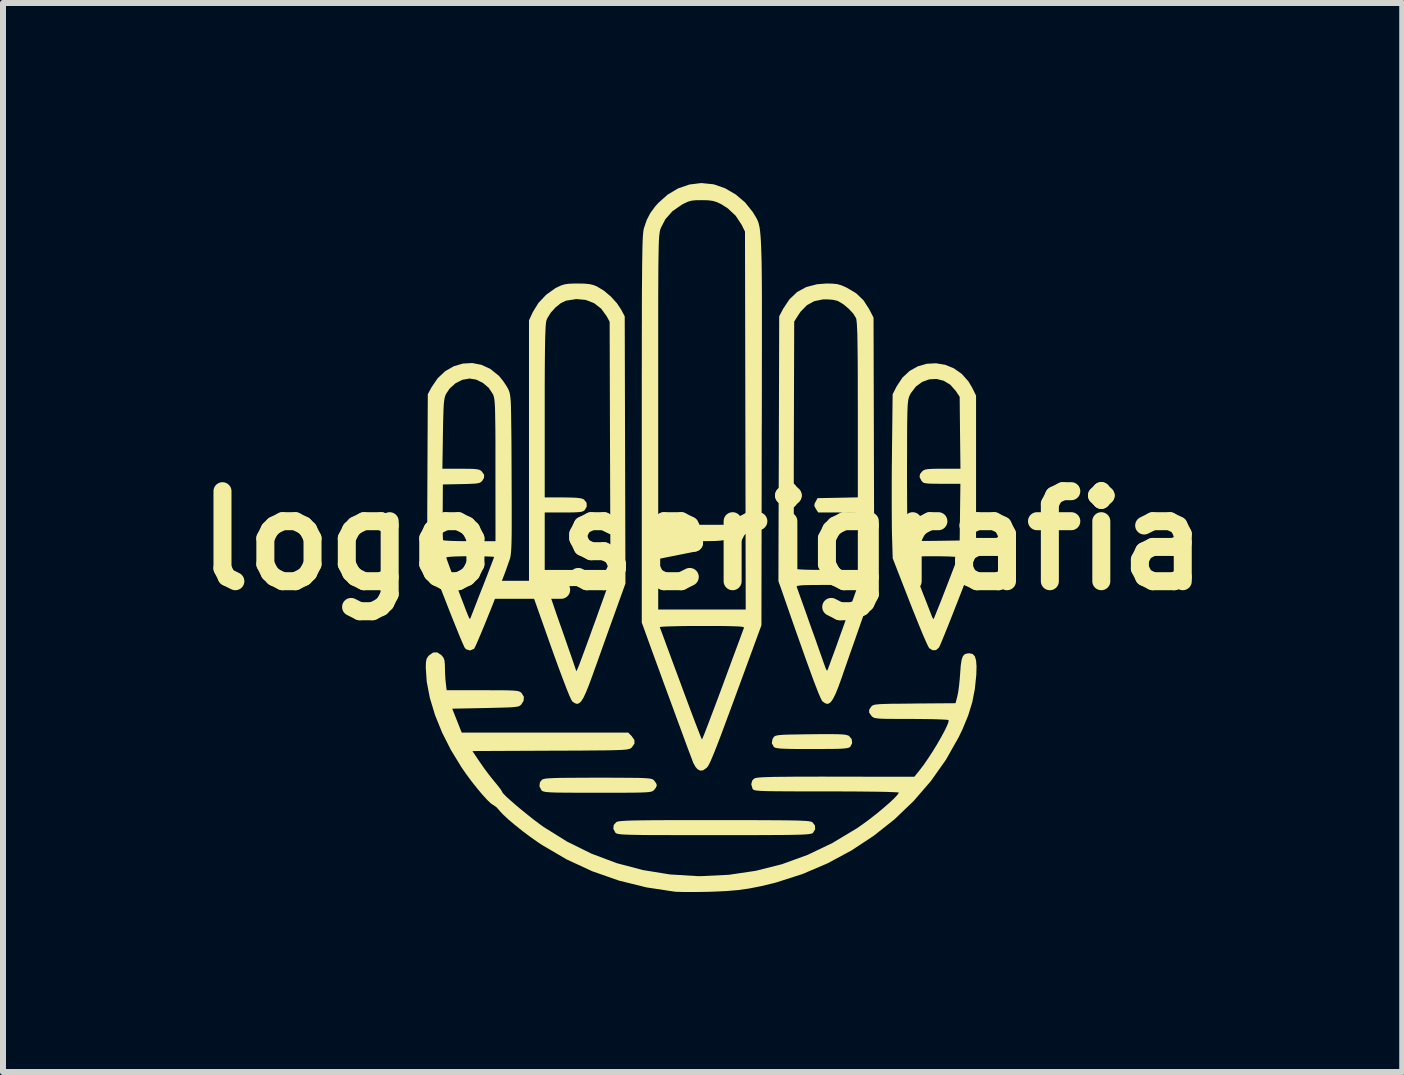
<source format=kicad_pcb>
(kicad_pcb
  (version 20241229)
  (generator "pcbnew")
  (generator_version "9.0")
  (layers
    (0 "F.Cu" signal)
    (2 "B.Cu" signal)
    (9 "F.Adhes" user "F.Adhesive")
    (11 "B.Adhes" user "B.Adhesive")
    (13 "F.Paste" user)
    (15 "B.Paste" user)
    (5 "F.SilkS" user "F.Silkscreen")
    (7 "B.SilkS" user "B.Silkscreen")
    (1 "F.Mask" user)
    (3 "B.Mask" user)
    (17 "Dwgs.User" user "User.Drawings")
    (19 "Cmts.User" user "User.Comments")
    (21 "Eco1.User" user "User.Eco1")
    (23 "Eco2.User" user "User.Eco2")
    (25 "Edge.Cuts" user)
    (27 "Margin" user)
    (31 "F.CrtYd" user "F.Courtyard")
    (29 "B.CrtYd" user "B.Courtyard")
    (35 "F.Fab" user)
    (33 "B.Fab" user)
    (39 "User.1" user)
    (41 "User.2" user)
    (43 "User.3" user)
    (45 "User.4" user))
  (footprint "logo_serigrafia"
    (layer "F.Cu")
    (at 8.657 5.956)
    (property "Reference" "logo_serigrafia" (at 0 0 0) (layer "F.SilkS") (effects (font (size 1.5 1.5) (thickness 0.3))))
    (attr board_only exclude_from_pos_files exclude_from_bom)
    (fp_poly (pts (xy 2.234 3.227) (xy 2.313 3.23) (xy 2.369 3.235) (xy 2.407 3.243) (xy 2.433 3.253) (xy 2.44 3.257) (xy 2.484 3.31) (xy 2.492 3.375) (xy 2.461 3.436) (xy 2.459 3.438) (xy 2.442 3.449) (xy 2.414 3.458) (xy 2.37 3.464) (xy 2.303 3.469) (xy 2.209 3.472) (xy 2.082 3.473) (xy 1.917 3.474) (xy 1.822 3.474) (xy 1.638 3.474) (xy 1.493 3.473) (xy 1.384 3.47) (xy 1.305 3.467) (xy 1.25 3.461) (xy 1.214 3.454) (xy 1.193 3.444) (xy 1.186 3.438) (xy 1.153 3.378) (xy 1.164 3.31) (xy 1.183 3.279) (xy 1.195 3.265) (xy 1.214 3.255) (xy 1.244 3.247) (xy 1.291 3.241) (xy 1.361 3.236) (xy 1.459 3.233) (xy 1.591 3.231) (xy 1.762 3.228) (xy 1.8 3.228) (xy 1.983 3.226) (xy 2.126 3.226)) (stroke (width 0) (type solid)) (fill yes) (layer "F.SilkS"))
    (fp_poly (pts (xy -1.521 3.952) (xy -1.337 3.953) (xy -1.19 3.954) (xy -1.075 3.955) (xy -0.987 3.958) (xy -0.924 3.962) (xy -0.879 3.967) (xy -0.849 3.973) (xy -0.829 3.982) (xy -0.814 3.992) (xy -0.809 3.998) (xy -0.775 4.043) (xy -0.763 4.078) (xy -0.778 4.118) (xy -0.809 4.157) (xy -0.822 4.169) (xy -0.838 4.178) (xy -0.863 4.186) (xy -0.901 4.192) (xy -0.955 4.196) (xy -1.031 4.199) (xy -1.133 4.201) (xy -1.265 4.202) (xy -1.431 4.203) (xy -1.637 4.203) (xy -1.751 4.203) (xy -1.977 4.203) (xy -2.162 4.202) (xy -2.31 4.201) (xy -2.426 4.2) (xy -2.514 4.197) (xy -2.578 4.193) (xy -2.622 4.188) (xy -2.652 4.181) (xy -2.671 4.173) (xy -2.683 4.163) (xy -2.685 4.161) (xy -2.719 4.096) (xy -2.711 4.03) (xy -2.681 3.99) (xy -2.666 3.98) (xy -2.644 3.973) (xy -2.608 3.966) (xy -2.556 3.962) (xy -2.482 3.958) (xy -2.383 3.955) (xy -2.254 3.954) (xy -2.091 3.953) (xy -1.889 3.952) (xy -1.747 3.952)) (stroke (width 0) (type solid)) (fill yes) (layer "F.SilkS"))
    (fp_poly (pts (xy 0.504 4.659) (xy 0.773 4.659) (xy 1.002 4.66) (xy 1.195 4.661) (xy 1.355 4.662) (xy 1.485 4.664) (xy 1.589 4.666) (xy 1.669 4.67) (xy 1.73 4.673) (xy 1.773 4.678) (xy 1.803 4.683) (xy 1.821 4.69) (xy 1.829 4.694) (xy 1.871 4.747) (xy 1.875 4.811) (xy 1.84 4.87) (xy 1.838 4.871) (xy 1.827 4.879) (xy 1.809 4.885) (xy 1.78 4.89) (xy 1.739 4.895) (xy 1.681 4.899) (xy 1.603 4.902) (xy 1.503 4.904) (xy 1.376 4.906) (xy 1.221 4.907) (xy 1.033 4.908) (xy 0.809 4.909) (xy 0.547 4.909) (xy 0.243 4.909) (xy 0.19 4.909) (xy -0.12 4.909) (xy -0.387 4.909) (xy -0.616 4.908) (xy -0.808 4.908) (xy -0.967 4.907) (xy -1.097 4.905) (xy -1.201 4.903) (xy -1.281 4.9) (xy -1.342 4.897) (xy -1.385 4.892) (xy -1.415 4.887) (xy -1.435 4.881) (xy -1.447 4.874) (xy -1.454 4.867) (xy -1.488 4.803) (xy -1.481 4.74) (xy -1.441 4.694) (xy -1.428 4.687) (xy -1.405 4.681) (xy -1.37 4.676) (xy -1.32 4.672) (xy -1.252 4.668) (xy -1.162 4.665) (xy -1.048 4.663) (xy -0.906 4.661) (xy -0.733 4.66) (xy -0.525 4.659) (xy -0.281 4.659) (xy 0.004 4.659) (xy 0.194 4.659)) (stroke (width 0) (type solid)) (fill yes) (layer "F.SilkS"))
    (fp_poly (pts (xy -1.969 -4.28) (xy -1.884 -4.272) (xy -1.817 -4.256) (xy -1.761 -4.233) (xy -1.646 -4.164) (xy -1.53 -4.066) (xy -1.428 -3.954) (xy -1.359 -3.85) (xy -1.298 -3.736) (xy -1.292 -1.51) (xy -1.286 0.717) (xy -1.489 1.281) (xy -1.554 1.461) (xy -1.623 1.654) (xy -1.692 1.847) (xy -1.756 2.027) (xy -1.812 2.182) (xy -1.834 2.244) (xy -1.894 2.407) (xy -1.944 2.531) (xy -1.986 2.62) (xy -2.023 2.679) (xy -2.058 2.711) (xy -2.092 2.722) (xy -2.096 2.722) (xy -2.134 2.708) (xy -2.171 2.682) (xy -2.19 2.65) (xy -2.224 2.575) (xy -2.27 2.461) (xy -2.329 2.307) (xy -2.4 2.117) (xy -2.482 1.891) (xy -2.555 1.686) (xy -2.875 0.781) (xy -2.586 0.781) (xy -2.578 0.806) (xy -2.558 0.868) (xy -2.525 0.963) (xy -2.483 1.085) (xy -2.434 1.229) (xy -2.378 1.389) (xy -2.346 1.478) (xy -2.288 1.645) (xy -2.235 1.798) (xy -2.188 1.931) (xy -2.151 2.04) (xy -2.124 2.119) (xy -2.109 2.164) (xy -2.107 2.171) (xy -2.105 2.178) (xy -2.098 2.168) (xy -2.084 2.137) (xy -2.061 2.083) (xy -2.03 2) (xy -1.988 1.887) (xy -1.933 1.738) (xy -1.865 1.551) (xy -1.844 1.492) (xy -1.783 1.325) (xy -1.728 1.171) (xy -1.679 1.036) (xy -1.639 0.924) (xy -1.61 0.842) (xy -1.593 0.795) (xy -1.59 0.786) (xy -1.592 0.775) (xy -1.608 0.766) (xy -1.643 0.761) (xy -1.702 0.757) (xy -1.791 0.756) (xy -1.915 0.756) (xy -2.079 0.758) (xy -2.083 0.758) (xy -2.229 0.761) (xy -2.358 0.765) (xy -2.464 0.769) (xy -2.541 0.774) (xy -2.581 0.779) (xy -2.586 0.781) (xy -2.875 0.781) (xy -2.893 0.729) (xy -2.893 -1.469) (xy -2.893 -2.144) (xy -2.631 -2.144) (xy -2.631 -0.718) (xy -2.329 -0.718) (xy -2.196 -0.716) (xy -2.1 -0.712) (xy -2.035 -0.704) (xy -1.993 -0.692) (xy -1.976 -0.682) (xy -1.933 -0.629) (xy -1.931 -0.565) (xy -1.963 -0.509) (xy -1.983 -0.492) (xy -2.013 -0.48) (xy -2.061 -0.473) (xy -2.134 -0.469) (xy -2.241 -0.467) (xy -2.316 -0.467) (xy -2.631 -0.467) (xy -2.631 0.011) (xy -2.631 0.49) (xy -2.084 0.49) (xy -1.536 0.49) (xy -1.543 -1.578) (xy -1.549 -3.645) (xy -1.598 -3.736) (xy -1.691 -3.864) (xy -1.809 -3.955) (xy -1.948 -4.009) (xy -2.105 -4.023) (xy -2.276 -3.996) (xy -2.278 -3.996) (xy -2.364 -3.954) (xy -2.452 -3.883) (xy -2.531 -3.795) (xy -2.588 -3.703) (xy -2.603 -3.665) (xy -2.609 -3.632) (xy -2.615 -3.574) (xy -2.619 -3.491) (xy -2.623 -3.378) (xy -2.626 -3.234) (xy -2.628 -3.056) (xy -2.63 -2.841) (xy -2.631 -2.586) (xy -2.631 -2.29) (xy -2.631 -2.144) (xy -2.893 -2.144) (xy -2.893 -3.668) (xy -2.829 -3.807) (xy -2.735 -3.959) (xy -2.608 -4.094) (xy -2.457 -4.202) (xy -2.426 -4.218) (xy -2.36 -4.249) (xy -2.3 -4.268) (xy -2.232 -4.278) (xy -2.14 -4.282) (xy -2.084 -4.282)) (stroke (width 0) (type solid)) (fill yes) (layer "F.SilkS"))
    (fp_poly (pts (xy 4.041 -2.928) (xy 4.186 -2.869) (xy 4.318 -2.776) (xy 4.43 -2.65) (xy 4.492 -2.545) (xy 4.556 -2.415) (xy 4.556 -1.093) (xy 4.556 0.228) (xy 4.263 0.98) (xy 4.194 1.156) (xy 4.129 1.321) (xy 4.07 1.469) (xy 4.019 1.594) (xy 3.979 1.692) (xy 3.951 1.757) (xy 3.938 1.783) (xy 3.889 1.826) (xy 3.83 1.828) (xy 3.775 1.793) (xy 3.758 1.763) (xy 3.726 1.696) (xy 3.682 1.596) (xy 3.629 1.469) (xy 3.569 1.321) (xy 3.503 1.157) (xy 3.451 1.025) (xy 3.167 0.296) (xy 3.167 0.29) (xy 3.451 0.29) (xy 3.459 0.319) (xy 3.482 0.384) (xy 3.516 0.477) (xy 3.56 0.594) (xy 3.611 0.726) (xy 3.63 0.775) (xy 3.683 0.912) (xy 3.732 1.036) (xy 3.773 1.142) (xy 3.804 1.221) (xy 3.821 1.267) (xy 3.824 1.273) (xy 3.84 1.304) (xy 3.849 1.307) (xy 3.86 1.284) (xy 3.884 1.224) (xy 3.92 1.134) (xy 3.966 1.02) (xy 4.018 0.887) (xy 4.053 0.797) (xy 4.108 0.655) (xy 4.157 0.527) (xy 4.198 0.42) (xy 4.228 0.339) (xy 4.245 0.29) (xy 4.248 0.279) (xy 4.227 0.274) (xy 4.167 0.269) (xy 4.076 0.265) (xy 3.962 0.263) (xy 3.85 0.262) (xy 3.698 0.263) (xy 3.587 0.265) (xy 3.512 0.27) (xy 3.469 0.277) (xy 3.452 0.287) (xy 3.451 0.29) (xy 3.167 0.29) (xy 3.155 -0.103) (xy 3.153 -0.215) (xy 3.152 -0.366) (xy 3.151 -0.546) (xy 3.151 -0.75) (xy 3.151 -0.969) (xy 3.152 -1.171) (xy 3.406 -1.171) (xy 3.406 -0.946) (xy 3.407 -0.735) (xy 3.408 -0.543) (xy 3.41 -0.372) (xy 3.412 -0.229) (xy 3.415 -0.118) (xy 3.418 -0.041) (xy 3.421 -0.006) (xy 3.421 -0.003) (xy 3.448 0.001) (xy 3.513 0.005) (xy 3.608 0.007) (xy 3.727 0.007) (xy 3.86 0.006) (xy 4.283 -0.000001) (xy 4.289 -0.473) (xy 4.295 -0.945) (xy 3.988 -0.945) (xy 3.864 -0.946) (xy 3.778 -0.948) (xy 3.721 -0.953) (xy 3.685 -0.961) (xy 3.663 -0.976) (xy 3.646 -0.996) (xy 3.646 -0.996) (xy 3.615 -1.057) (xy 3.622 -1.107) (xy 3.656 -1.15) (xy 3.679 -1.169) (xy 3.71 -1.182) (xy 3.756 -1.19) (xy 3.826 -1.194) (xy 3.929 -1.196) (xy 3.999 -1.196) (xy 4.296 -1.196) (xy 4.289 -1.796) (xy 4.283 -2.395) (xy 4.219 -2.491) (xy 4.126 -2.596) (xy 4.017 -2.662) (xy 3.897 -2.692) (xy 3.775 -2.685) (xy 3.659 -2.643) (xy 3.554 -2.566) (xy 3.469 -2.455) (xy 3.449 -2.415) (xy 3.439 -2.392) (xy 3.431 -2.365) (xy 3.425 -2.33) (xy 3.419 -2.283) (xy 3.415 -2.22) (xy 3.412 -2.137) (xy 3.41 -2.031) (xy 3.408 -1.896) (xy 3.407 -1.729) (xy 3.407 -1.527) (xy 3.406 -1.285) (xy 3.406 -1.171) (xy 3.152 -1.171) (xy 3.152 -1.195) (xy 3.155 -1.42) (xy 3.155 -1.469) (xy 3.166 -2.437) (xy 3.234 -2.57) (xy 3.33 -2.715) (xy 3.45 -2.826) (xy 3.587 -2.903) (xy 3.735 -2.945) (xy 3.889 -2.953)) (stroke (width 0) (type solid)) (fill yes) (layer "F.SilkS"))
    (fp_poly (pts (xy 2.165 -4.28) (xy 2.242 -4.272) (xy 2.31 -4.253) (xy 2.388 -4.219) (xy 2.403 -4.212) (xy 2.558 -4.12) (xy 2.679 -4.004) (xy 2.775 -3.856) (xy 2.781 -3.844) (xy 2.848 -3.713) (xy 2.854 -1.488) (xy 2.86 0.736) (xy 2.653 1.325) (xy 2.59 1.505) (xy 2.524 1.694) (xy 2.458 1.88) (xy 2.398 2.053) (xy 2.346 2.201) (xy 2.32 2.278) (xy 2.263 2.436) (xy 2.215 2.554) (xy 2.174 2.637) (xy 2.137 2.69) (xy 2.101 2.717) (xy 2.073 2.722) (xy 2.035 2.708) (xy 1.999 2.682) (xy 1.984 2.661) (xy 1.962 2.615) (xy 1.931 2.544) (xy 1.892 2.444) (xy 1.842 2.314) (xy 1.783 2.152) (xy 1.712 1.956) (xy 1.63 1.724) (xy 1.534 1.453) (xy 1.426 1.143) (xy 1.368 0.976) (xy 1.295 0.766) (xy 1.566 0.766) (xy 1.567 0.77) (xy 1.576 0.796) (xy 1.599 0.859) (xy 1.632 0.953) (xy 1.674 1.069) (xy 1.722 1.204) (xy 1.773 1.349) (xy 1.826 1.498) (xy 1.879 1.645) (xy 1.928 1.785) (xy 1.972 1.909) (xy 2.008 2.012) (xy 2.035 2.087) (xy 2.044 2.114) (xy 2.063 2.156) (xy 2.076 2.169) (xy 2.076 2.168) (xy 2.086 2.146) (xy 2.109 2.085) (xy 2.143 1.991) (xy 2.188 1.87) (xy 2.24 1.727) (xy 2.297 1.566) (xy 2.336 1.459) (xy 2.396 1.29) (xy 2.451 1.136) (xy 2.499 1) (xy 2.538 0.889) (xy 2.567 0.807) (xy 2.583 0.76) (xy 2.586 0.75) (xy 2.564 0.747) (xy 2.503 0.745) (xy 2.409 0.743) (xy 2.289 0.741) (xy 2.15 0.74) (xy 2.071 0.74) (xy 1.899 0.741) (xy 1.769 0.742) (xy 1.675 0.745) (xy 1.613 0.75) (xy 1.579 0.757) (xy 1.566 0.766) (xy 1.295 0.766) (xy 1.263 0.676) (xy 1.267 -0.746) (xy 1.519 -0.746) (xy 1.519 -0.493) (xy 1.519 -0.263) (xy 1.519 -0.058) (xy 1.52 0.117) (xy 1.521 0.26) (xy 1.522 0.367) (xy 1.524 0.435) (xy 1.525 0.461) (xy 1.539 0.471) (xy 1.576 0.478) (xy 1.641 0.483) (xy 1.737 0.487) (xy 1.87 0.489) (xy 2.043 0.49) (xy 2.061 0.49) (xy 2.586 0.49) (xy 2.586 0.047) (xy 2.586 -0.092) (xy 2.588 -0.217) (xy 2.591 -0.32) (xy 2.595 -0.394) (xy 2.599 -0.43) (xy 2.599 -0.431) (xy 2.6 -0.445) (xy 2.586 -0.455) (xy 2.551 -0.461) (xy 2.489 -0.465) (xy 2.393 -0.467) (xy 2.27 -0.467) (xy 1.926 -0.467) (xy 1.887 -0.527) (xy 1.862 -0.574) (xy 1.865 -0.613) (xy 1.882 -0.646) (xy 1.915 -0.706) (xy 2.25 -0.712) (xy 2.586 -0.719) (xy 2.586 -2.177) (xy 2.585 -2.483) (xy 2.585 -2.746) (xy 2.584 -2.97) (xy 2.582 -3.157) (xy 2.58 -3.311) (xy 2.578 -3.436) (xy 2.574 -3.533) (xy 2.57 -3.606) (xy 2.565 -3.658) (xy 2.56 -3.692) (xy 2.555 -3.708) (xy 2.508 -3.783) (xy 2.434 -3.862) (xy 2.347 -3.935) (xy 2.262 -3.986) (xy 2.234 -3.997) (xy 2.162 -4.012) (xy 2.068 -4.018) (xy 2.003 -4.017) (xy 1.86 -3.988) (xy 1.739 -3.922) (xy 1.634 -3.815) (xy 1.595 -3.758) (xy 1.526 -3.648) (xy 1.52 -1.608) (xy 1.519 -1.307) (xy 1.519 -1.019) (xy 1.519 -0.746) (xy 1.267 -0.746) (xy 1.27 -1.53) (xy 1.276 -3.736) (xy 1.34 -3.858) (xy 1.446 -4.018) (xy 1.574 -4.14) (xy 1.728 -4.224) (xy 1.907 -4.27) (xy 2.062 -4.282)) (stroke (width 0) (type solid)) (fill yes) (layer "F.SilkS"))
    (fp_poly (pts (xy -3.684 -2.927) (xy -3.536 -2.858) (xy -3.4 -2.749) (xy -3.383 -2.731) (xy -3.321 -2.654) (xy -3.264 -2.568) (xy -3.238 -2.521) (xy -3.228 -2.498) (xy -3.219 -2.473) (xy -3.212 -2.444) (xy -3.206 -2.407) (xy -3.2 -2.357) (xy -3.196 -2.292) (xy -3.193 -2.207) (xy -3.191 -2.098) (xy -3.189 -1.963) (xy -3.187 -1.796) (xy -3.185 -1.595) (xy -3.184 -1.355) (xy -3.183 -1.107) (xy -3.182 -0.827) (xy -3.181 -0.588) (xy -3.181 -0.388) (xy -3.181 -0.221) (xy -3.182 -0.086) (xy -3.184 0.023) (xy -3.187 0.109) (xy -3.191 0.176) (xy -3.196 0.227) (xy -3.202 0.267) (xy -3.209 0.299) (xy -3.215 0.317) (xy -3.247 0.409) (xy -3.289 0.526) (xy -3.341 0.663) (xy -3.399 0.814) (xy -3.46 0.972) (xy -3.523 1.132) (xy -3.586 1.287) (xy -3.645 1.433) (xy -3.699 1.562) (xy -3.745 1.67) (xy -3.78 1.75) (xy -3.803 1.796) (xy -3.81 1.805) (xy -3.875 1.832) (xy -3.936 1.814) (xy -3.96 1.793) (xy -3.975 1.764) (xy -4.005 1.698) (xy -4.046 1.601) (xy -4.095 1.479) (xy -4.152 1.339) (xy -4.213 1.186) (xy -4.275 1.026) (xy -4.338 0.866) (xy -4.397 0.71) (xy -4.452 0.565) (xy -4.499 0.438) (xy -4.536 0.333) (xy -4.546 0.304) (xy -4.553 0.283) (xy -4.271 0.283) (xy -4.264 0.308) (xy -4.242 0.369) (xy -4.21 0.457) (xy -4.169 0.566) (xy -4.124 0.689) (xy -4.075 0.818) (xy -4.026 0.946) (xy -3.98 1.066) (xy -3.94 1.171) (xy -3.907 1.253) (xy -3.902 1.264) (xy -3.885 1.303) (xy -3.873 1.302) (xy -3.861 1.274) (xy -3.848 1.24) (xy -3.82 1.17) (xy -3.782 1.071) (xy -3.735 0.95) (xy -3.682 0.815) (xy -3.658 0.756) (xy -3.605 0.619) (xy -3.558 0.497) (xy -3.519 0.395) (xy -3.491 0.321) (xy -3.476 0.28) (xy -3.474 0.274) (xy -3.496 0.27) (xy -3.555 0.267) (xy -3.646 0.264) (xy -3.761 0.262) (xy -3.873 0.262) (xy -4.009 0.263) (xy -4.124 0.266) (xy -4.209 0.271) (xy -4.26 0.278) (xy -4.271 0.283) (xy -4.553 0.283) (xy -4.556 0.274) (xy -4.564 0.242) (xy -4.571 0.206) (xy -4.576 0.162) (xy -4.58 0.104) (xy -4.584 0.031) (xy -4.586 -0.063) (xy -4.587 -0.181) (xy -4.588 -0.327) (xy -4.588 -0.504) (xy -4.587 -0.717) (xy -4.586 -0.97) (xy -4.585 -1.135) (xy -4.585 -1.196) (xy -4.336 -1.196) (xy -4.03 -1.196) (xy -3.905 -1.195) (xy -3.817 -1.193) (xy -3.758 -1.187) (xy -3.719 -1.178) (xy -3.693 -1.163) (xy -3.679 -1.15) (xy -3.64 -1.095) (xy -3.643 -1.041) (xy -3.673 -0.994) (xy -3.693 -0.974) (xy -3.72 -0.96) (xy -3.762 -0.951) (xy -3.827 -0.946) (xy -3.924 -0.942) (xy -4.021 -0.94) (xy -4.328 -0.934) (xy -4.331 -0.478) (xy -4.332 -0.339) (xy -4.331 -0.214) (xy -4.33 -0.113) (xy -4.328 -0.042) (xy -4.325 -0.007) (xy -4.324 -0.006) (xy -4.299 -0.000355) (xy -4.236 0.004) (xy -4.142 0.008) (xy -4.024 0.01) (xy -3.889 0.011) (xy -3.883 0.011) (xy -3.451 0.011) (xy -3.452 -1.167) (xy -3.452 -1.431) (xy -3.452 -1.653) (xy -3.453 -1.837) (xy -3.455 -1.988) (xy -3.457 -2.108) (xy -3.459 -2.203) (xy -3.463 -2.276) (xy -3.468 -2.331) (xy -3.473 -2.372) (xy -3.481 -2.403) (xy -3.489 -2.427) (xy -3.494 -2.438) (xy -3.563 -2.543) (xy -3.662 -2.627) (xy -3.776 -2.682) (xy -3.884 -2.699) (xy -4.003 -2.678) (xy -4.117 -2.62) (xy -4.214 -2.533) (xy -4.273 -2.446) (xy -4.287 -2.415) (xy -4.298 -2.379) (xy -4.306 -2.332) (xy -4.313 -2.268) (xy -4.317 -2.181) (xy -4.321 -2.066) (xy -4.325 -1.915) (xy -4.327 -1.777) (xy -4.336 -1.196) (xy -4.585 -1.196) (xy -4.579 -2.437) (xy -4.518 -2.551) (xy -4.415 -2.703) (xy -4.29 -2.821) (xy -4.148 -2.903) (xy -3.996 -2.948) (xy -3.839 -2.957)) (stroke (width 0) (type solid)) (fill yes) (layer "F.SilkS"))
    (fp_poly (pts (xy 0.175 -5.936) (xy 0.191 -5.933) (xy 0.376 -5.868) (xy 0.551 -5.766) (xy 0.707 -5.634) (xy 0.831 -5.479) (xy 0.848 -5.453) (xy 0.867 -5.421) (xy 0.885 -5.392) (xy 0.901 -5.364) (xy 0.915 -5.335) (xy 0.928 -5.302) (xy 0.939 -5.263) (xy 0.949 -5.216) (xy 0.957 -5.158) (xy 0.964 -5.087) (xy 0.97 -5.001) (xy 0.975 -4.897) (xy 0.979 -4.774) (xy 0.983 -4.628) (xy 0.985 -4.459) (xy 0.987 -4.262) (xy 0.988 -4.037) (xy 0.988 -3.781) (xy 0.988 -3.491) (xy 0.988 -3.165) (xy 0.987 -2.801) (xy 0.987 -2.397) (xy 0.986 -1.95) (xy 0.985 -1.821) (xy 0.98 1.412) (xy 0.8 1.902) (xy 0.681 2.227) (xy 0.576 2.512) (xy 0.485 2.76) (xy 0.406 2.972) (xy 0.339 3.153) (xy 0.282 3.305) (xy 0.234 3.429) (xy 0.194 3.53) (xy 0.161 3.61) (xy 0.135 3.671) (xy 0.113 3.717) (xy 0.096 3.749) (xy 0.081 3.771) (xy 0.068 3.786) (xy 0.067 3.787) (xy 0.008 3.829) (xy -0.041 3.834) (xy -0.086 3.81) (xy -0.12 3.77) (xy -0.153 3.71) (xy -0.157 3.702) (xy -0.173 3.659) (xy -0.203 3.579) (xy -0.246 3.466) (xy -0.298 3.325) (xy -0.358 3.161) (xy -0.425 2.98) (xy -0.496 2.786) (xy -0.57 2.585) (xy -0.645 2.381) (xy -0.718 2.18) (xy -0.789 1.987) (xy -0.853 1.812) (xy -0.986 1.443) (xy -0.714 1.443) (xy -0.705 1.468) (xy -0.681 1.531) (xy -0.645 1.628) (xy -0.599 1.754) (xy -0.543 1.905) (xy -0.48 2.077) (xy -0.41 2.264) (xy -0.364 2.389) (xy -0.292 2.583) (xy -0.225 2.763) (xy -0.164 2.926) (xy -0.111 3.065) (xy -0.067 3.178) (xy -0.035 3.26) (xy -0.016 3.306) (xy -0.011 3.315) (xy -0.001 3.294) (xy 0.024 3.235) (xy 0.06 3.142) (xy 0.107 3.019) (xy 0.163 2.871) (xy 0.227 2.702) (xy 0.296 2.517) (xy 0.34 2.398) (xy 0.412 2.203) (xy 0.479 2.021) (xy 0.54 1.857) (xy 0.593 1.714) (xy 0.636 1.598) (xy 0.667 1.513) (xy 0.686 1.463) (xy 0.689 1.452) (xy 0.683 1.444) (xy 0.656 1.437) (xy 0.603 1.432) (xy 0.521 1.429) (xy 0.407 1.426) (xy 0.256 1.424) (xy 0.064 1.424) (xy -0.011 1.424) (xy -0.185 1.424) (xy -0.343 1.426) (xy -0.48 1.429) (xy -0.591 1.432) (xy -0.669 1.436) (xy -0.709 1.441) (xy -0.714 1.443) (xy -0.986 1.443) (xy -1.014 1.368) (xy -1.014 -1.858) (xy -1.014 -2.309) (xy -1.014 -2.717) (xy -1.014 -2.743) (xy -0.74 -2.743) (xy -0.74 -2.676) (xy -0.74 -0.262) (xy -0.193 -0.262) (xy 0.355 -0.262) (xy 0.412 -0.205) (xy 0.453 -0.151) (xy 0.456 -0.101) (xy 0.455 -0.096) (xy 0.443 -0.064) (xy 0.427 -0.039) (xy 0.4 -0.02) (xy 0.358 -0.007) (xy 0.295 0.002) (xy 0.205 0.008) (xy 0.084 0.01) (xy -0.074 0.011) (xy -0.187 0.011) (xy -0.74 0.011) (xy -0.74 0.581) (xy -0.74 1.15) (xy -0.011 1.15) (xy 0.718 1.15) (xy 0.712 -1.999) (xy 0.706 -5.148) (xy 0.65 -5.261) (xy 0.551 -5.411) (xy 0.417 -5.536) (xy 0.303 -5.608) (xy 0.233 -5.64) (xy 0.168 -5.659) (xy 0.091 -5.669) (xy -0.011 -5.671) (xy -0.111 -5.67) (xy -0.183 -5.663) (xy -0.243 -5.646) (xy -0.31 -5.615) (xy -0.349 -5.594) (xy -0.503 -5.487) (xy -0.621 -5.353) (xy -0.697 -5.206) (xy -0.703 -5.187) (xy -0.71 -5.165) (xy -0.715 -5.138) (xy -0.72 -5.103) (xy -0.724 -5.059) (xy -0.728 -5.001) (xy -0.731 -4.927) (xy -0.733 -4.836) (xy -0.735 -4.723) (xy -0.737 -4.586) (xy -0.738 -4.424) (xy -0.739 -4.232) (xy -0.74 -4.008) (xy -0.74 -3.75) (xy -0.74 -3.455) (xy -0.74 -3.12) (xy -0.74 -2.743) (xy -1.014 -2.743) (xy -1.013 -3.084) (xy -1.013 -3.412) (xy -1.012 -3.704) (xy -1.012 -3.961) (xy -1.011 -4.186) (xy -1.009 -4.382) (xy -1.008 -4.55) (xy -1.006 -4.693) (xy -1.004 -4.813) (xy -1.002 -4.912) (xy -0.999 -4.993) (xy -0.996 -5.058) (xy -0.992 -5.109) (xy -0.988 -5.148) (xy -0.984 -5.177) (xy -0.979 -5.2) (xy -0.977 -5.207) (xy -0.93 -5.343) (xy -0.871 -5.456) (xy -0.792 -5.564) (xy -0.74 -5.623) (xy -0.583 -5.763) (xy -0.408 -5.867) (xy -0.218 -5.932) (xy -0.022 -5.956)) (stroke (width 0) (type solid)) (fill yes) (layer "F.SilkS"))
    (fp_poly (pts (xy -4.354 1.908) (xy -4.35 1.913) (xy -4.318 1.952) (xy -4.301 1.998) (xy -4.295 2.066) (xy -4.294 2.112) (xy -4.291 2.214) (xy -4.285 2.32) (xy -4.279 2.375) (xy -4.265 2.494) (xy -3.664 2.494) (xy -3.483 2.495) (xy -3.342 2.495) (xy -3.235 2.497) (xy -3.157 2.5) (xy -3.102 2.505) (xy -3.066 2.512) (xy -3.042 2.521) (xy -3.025 2.534) (xy -3.018 2.54) (xy -2.978 2.604) (xy -2.983 2.671) (xy -3.016 2.725) (xy -3.031 2.742) (xy -3.048 2.755) (xy -3.074 2.765) (xy -3.114 2.772) (xy -3.173 2.778) (xy -3.259 2.782) (xy -3.375 2.785) (xy -3.529 2.789) (xy -3.616 2.791) (xy -4.172 2.802) (xy -4.093 3.001) (xy -4.014 3.201) (xy -2.627 3.201) (xy -1.239 3.201) (xy -1.184 3.257) (xy -1.137 3.322) (xy -1.135 3.383) (xy -1.178 3.445) (xy -1.18 3.447) (xy -1.192 3.458) (xy -1.206 3.466) (xy -1.225 3.474) (xy -1.253 3.48) (xy -1.294 3.485) (xy -1.351 3.489) (xy -1.428 3.492) (xy -1.529 3.495) (xy -1.657 3.497) (xy -1.816 3.498) (xy -2.009 3.5) (xy -2.24 3.501) (xy -2.513 3.502) (xy -2.534 3.502) (xy -3.836 3.508) (xy -3.713 3.69) (xy -3.641 3.794) (xy -3.558 3.905) (xy -3.48 4.002) (xy -3.465 4.021) (xy -3.407 4.091) (xy -3.363 4.149) (xy -3.34 4.187) (xy -3.338 4.194) (xy -3.32 4.218) (xy -3.273 4.266) (xy -3.202 4.33) (xy -3.114 4.407) (xy -3.015 4.49) (xy -2.91 4.575) (xy -2.806 4.657) (xy -2.71 4.729) (xy -2.649 4.773) (xy -2.26 5.016) (xy -1.853 5.217) (xy -1.431 5.376) (xy -0.994 5.491) (xy -0.545 5.564) (xy -0.085 5.592) (xy -0.023 5.592) (xy 0.435 5.57) (xy 0.883 5.504) (xy 1.32 5.394) (xy 1.747 5.239) (xy 2.163 5.04) (xy 2.569 4.796) (xy 2.569 4.796) (xy 2.674 4.723) (xy 2.786 4.64) (xy 2.899 4.552) (xy 3.006 4.463) (xy 3.103 4.379) (xy 3.183 4.305) (xy 3.239 4.246) (xy 3.267 4.208) (xy 3.269 4.2) (xy 3.247 4.196) (xy 3.183 4.193) (xy 3.08 4.189) (xy 2.943 4.186) (xy 2.775 4.184) (xy 2.58 4.182) (xy 2.361 4.181) (xy 2.122 4.18) (xy 2.062 4.18) (xy 1.797 4.18) (xy 1.574 4.18) (xy 1.389 4.179) (xy 1.238 4.178) (xy 1.118 4.177) (xy 1.026 4.174) (xy 0.956 4.171) (xy 0.907 4.167) (xy 0.874 4.162) (xy 0.853 4.155) (xy 0.841 4.148) (xy 0.833 4.138) (xy 0.832 4.136) (xy 0.81 4.06) (xy 0.828 3.997) (xy 0.86 3.966) (xy 0.877 3.959) (xy 0.906 3.953) (xy 0.951 3.948) (xy 1.016 3.944) (xy 1.102 3.941) (xy 1.215 3.938) (xy 1.357 3.937) (xy 1.531 3.935) (xy 1.742 3.935) (xy 1.992 3.934) (xy 2.22 3.935) (xy 3.528 3.936) (xy 3.618 3.824) (xy 3.685 3.736) (xy 3.758 3.63) (xy 3.833 3.515) (xy 3.906 3.396) (xy 3.972 3.281) (xy 4.029 3.176) (xy 4.071 3.089) (xy 4.096 3.025) (xy 4.099 2.992) (xy 4.073 2.987) (xy 4.009 2.983) (xy 3.911 2.979) (xy 3.785 2.976) (xy 3.638 2.974) (xy 3.476 2.973) (xy 3.474 2.973) (xy 3.291 2.973) (xy 3.148 2.972) (xy 3.039 2.971) (xy 2.96 2.968) (xy 2.905 2.963) (xy 2.868 2.957) (xy 2.843 2.947) (xy 2.826 2.935) (xy 2.814 2.923) (xy 2.775 2.868) (xy 2.775 2.821) (xy 2.808 2.77) (xy 2.82 2.757) (xy 2.837 2.746) (xy 2.862 2.737) (xy 2.902 2.731) (xy 2.96 2.726) (xy 3.043 2.723) (xy 3.154 2.72) (xy 3.301 2.719) (xy 3.486 2.717) (xy 3.531 2.716) (xy 4.214 2.711) (xy 4.244 2.597) (xy 4.258 2.527) (xy 4.272 2.427) (xy 4.284 2.31) (xy 4.291 2.213) (xy 4.301 2.082) (xy 4.315 1.99) (xy 4.335 1.93) (xy 4.365 1.896) (xy 4.407 1.882) (xy 4.446 1.879) (xy 4.499 1.891) (xy 4.535 1.928) (xy 4.556 1.996) (xy 4.564 2.099) (xy 4.56 2.239) (xy 4.536 2.474) (xy 4.493 2.694) (xy 4.426 2.912) (xy 4.332 3.141) (xy 4.266 3.278) (xy 4.054 3.653) (xy 3.804 4.007) (xy 3.518 4.338) (xy 3.2 4.643) (xy 2.852 4.919) (xy 2.479 5.165) (xy 2.083 5.378) (xy 1.667 5.556) (xy 1.234 5.695) (xy 1.186 5.708) (xy 0.975 5.759) (xy 0.783 5.797) (xy 0.594 5.824) (xy 0.395 5.841) (xy 0.17 5.851) (xy 0.068 5.854) (xy -0.074 5.856) (xy -0.207 5.856) (xy -0.321 5.856) (xy -0.408 5.854) (xy -0.456 5.852) (xy -0.934 5.78) (xy -1.396 5.666) (xy -1.841 5.51) (xy -2.268 5.312) (xy -2.676 5.073) (xy -2.745 5.027) (xy -2.871 4.938) (xy -3 4.842) (xy -3.122 4.744) (xy -3.232 4.652) (xy -3.32 4.57) (xy -3.38 4.507) (xy -3.389 4.495) (xy -3.436 4.443) (xy -3.484 4.409) (xy -3.49 4.407) (xy -3.532 4.377) (xy -3.595 4.316) (xy -3.673 4.23) (xy -3.76 4.126) (xy -3.852 4.01) (xy -3.943 3.887) (xy -4.022 3.772) (xy -4.195 3.488) (xy -4.342 3.197) (xy -4.459 2.907) (xy -4.545 2.622) (xy -4.597 2.351) (xy -4.613 2.115) (xy -4.61 2.029) (xy -4.6 1.974) (xy -4.576 1.934) (xy -4.557 1.913) (xy -4.489 1.866) (xy -4.422 1.864)) (stroke (width 0) (type solid)) (fill yes) (layer "F.SilkS")))
  (gr_rect
    (start -3 -3)
    (end 20.314 14.812)
    (stroke (width 0.1) (type default))
    (fill no)
    (layer "Edge.Cuts")))
</source>
